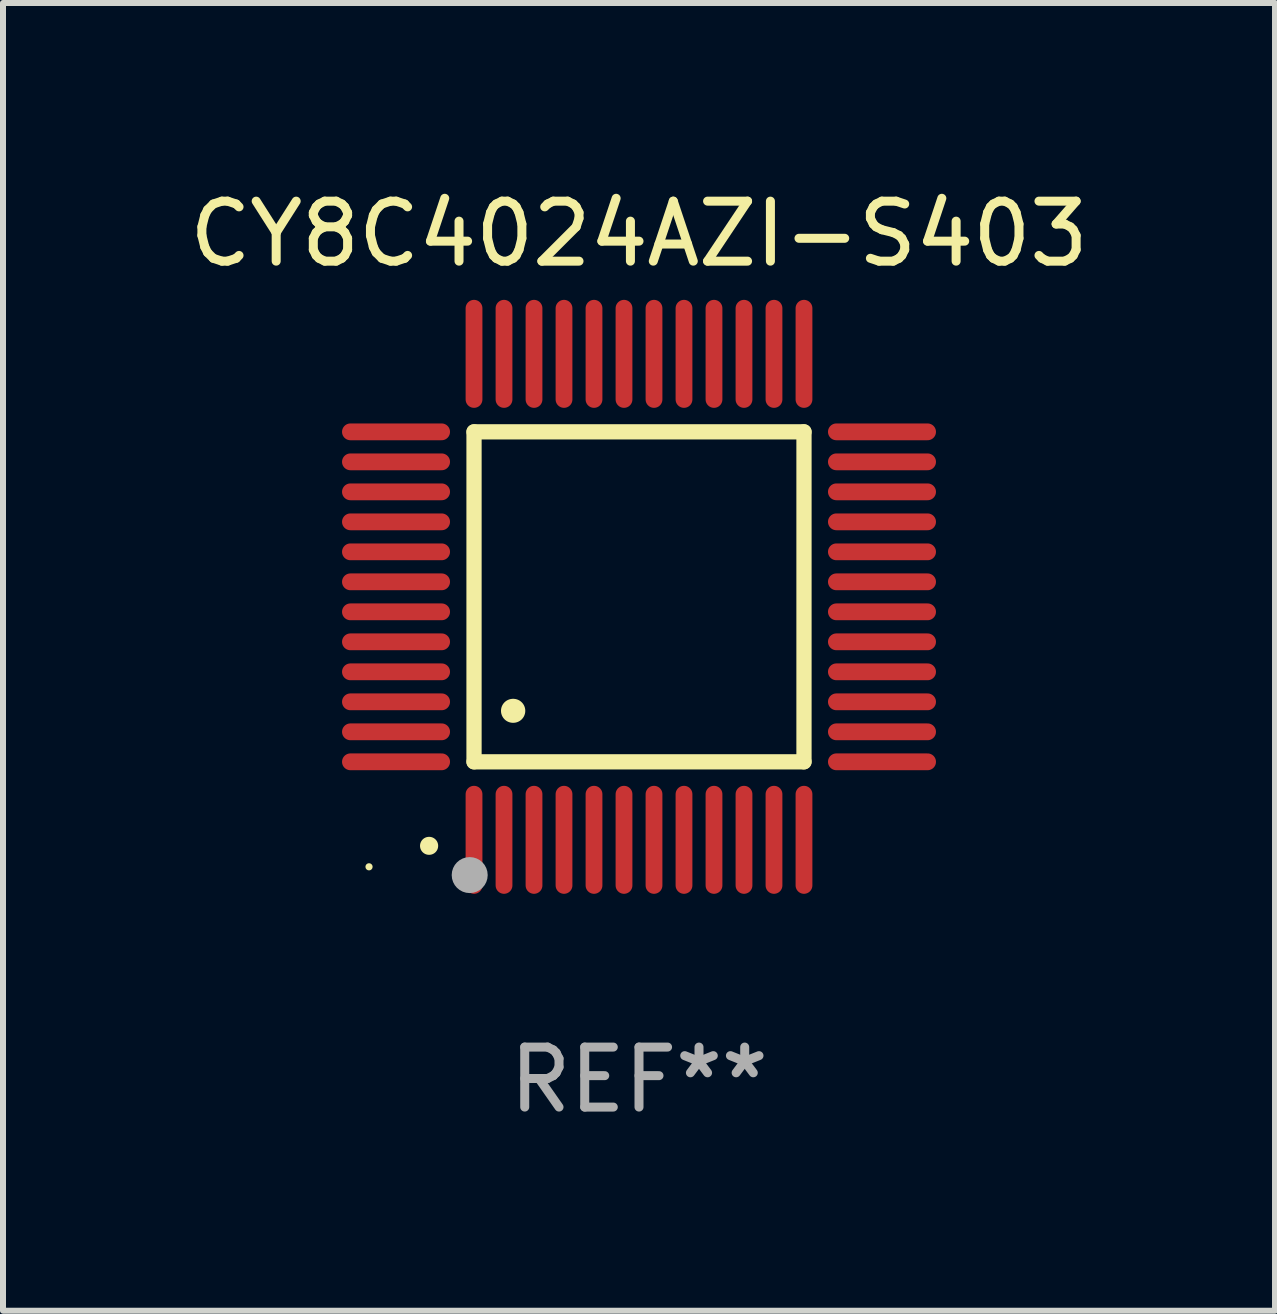
<source format=kicad_pcb>
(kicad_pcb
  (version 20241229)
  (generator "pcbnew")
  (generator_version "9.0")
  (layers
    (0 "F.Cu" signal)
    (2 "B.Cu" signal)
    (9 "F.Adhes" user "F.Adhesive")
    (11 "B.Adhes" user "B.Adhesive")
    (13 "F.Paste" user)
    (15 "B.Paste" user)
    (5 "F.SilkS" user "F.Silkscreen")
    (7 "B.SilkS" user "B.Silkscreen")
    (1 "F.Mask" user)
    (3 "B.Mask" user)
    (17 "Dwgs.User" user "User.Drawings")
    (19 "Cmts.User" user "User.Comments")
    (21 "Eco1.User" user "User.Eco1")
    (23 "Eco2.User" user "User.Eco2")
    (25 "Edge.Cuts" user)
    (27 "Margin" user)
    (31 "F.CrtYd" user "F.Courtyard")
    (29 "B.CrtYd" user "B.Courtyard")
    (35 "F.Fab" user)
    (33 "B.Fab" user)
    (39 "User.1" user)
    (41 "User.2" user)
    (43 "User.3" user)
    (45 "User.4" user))
  (footprint "CY8C4024AZI-S403"
    (layer "F.Cu")
    (at 7.601 6.898)
    (property "Reference" "CY8C4024AZI-S403" (at 0 -6.05 0) (layer "F.SilkS") (effects (font (size 1 1) (thickness 0.15))))
    (attr through_hole)
    (fp_line (start -2.75 -2.75) (end 2.75 -2.75) (stroke (width 0.254) (type solid)) (layer "F.SilkS"))
    (fp_line (start -2.75 2.75) (end -2.75 -2.75) (stroke (width 0.254) (type solid)) (layer "F.SilkS"))
    (fp_line (start 2.75 -2.75) (end 2.75 2.75) (stroke (width 0.254) (type solid)) (layer "F.SilkS"))
    (fp_line (start 2.75 2.75) (end -2.75 2.75) (stroke (width 0.254) (type solid)) (layer "F.SilkS"))
    (fp_arc (start -3.500127 4.150368) (mid -3.498857 4.150363) (end -3.497587 4.150368) (stroke (width 0.3) (type solid)) (layer "F.SilkS"))
    (fp_arc (start -2.100584 1.899924) (mid -2.098044 1.899908) (end -2.095504 1.899924) (stroke (width 0.4) (type solid)) (layer "F.SilkS"))
    (fp_circle (center -4.5 4.5) (end -4.47 4.5) (stroke (width 0.06) (type solid)) (fill no) (layer "F.SilkS"))
    (fp_circle (center -2.822 4.638) (end -2.672 4.638) (stroke (width 0.3) (type solid)) (fill no) (layer "F.Fab"))
    (fp_text user "REF**" (at 0 8.05 0) (layer "F.Fab") (effects (font (size 1 1) (thickness 0.15))))
    (pad "1" smd oval (at -2.75 4.05) (size 0.28 1.8) (layers "F.Cu" "F.Mask" "F.Paste"))
    (pad "2" smd oval (at -2.25 4.05) (size 0.28 1.8) (layers "F.Cu" "F.Mask" "F.Paste"))
    (pad "3" smd oval (at -1.75 4.05) (size 0.28 1.8) (layers "F.Cu" "F.Mask" "F.Paste"))
    (pad "4" smd oval (at -1.25 4.05) (size 0.28 1.8) (layers "F.Cu" "F.Mask" "F.Paste"))
    (pad "5" smd oval (at -0.75 4.05) (size 0.28 1.8) (layers "F.Cu" "F.Mask" "F.Paste"))
    (pad "6" smd oval (at -0.25 4.05) (size 0.28 1.8) (layers "F.Cu" "F.Mask" "F.Paste"))
    (pad "7" smd oval (at 0.25 4.05) (size 0.28 1.8) (layers "F.Cu" "F.Mask" "F.Paste"))
    (pad "8" smd oval (at 0.75 4.05) (size 0.28 1.8) (layers "F.Cu" "F.Mask" "F.Paste"))
    (pad "9" smd oval (at 1.25 4.05) (size 0.28 1.8) (layers "F.Cu" "F.Mask" "F.Paste"))
    (pad "10" smd oval (at 1.75 4.05) (size 0.28 1.8) (layers "F.Cu" "F.Mask" "F.Paste"))
    (pad "11" smd oval (at 2.25 4.05) (size 0.28 1.8) (layers "F.Cu" "F.Mask" "F.Paste"))
    (pad "12" smd oval (at 2.75 4.05) (size 0.28 1.8) (layers "F.Cu" "F.Mask" "F.Paste"))
    (pad "13" smd oval (at 4.05 2.75) (size 1.8 0.28) (layers "F.Cu" "F.Mask" "F.Paste"))
    (pad "14" smd oval (at 4.05 2.25) (size 1.8 0.28) (layers "F.Cu" "F.Mask" "F.Paste"))
    (pad "15" smd oval (at 4.05 1.75) (size 1.8 0.28) (layers "F.Cu" "F.Mask" "F.Paste"))
    (pad "16" smd oval (at 4.05 1.25) (size 1.8 0.28) (layers "F.Cu" "F.Mask" "F.Paste"))
    (pad "17" smd oval (at 4.05 0.75) (size 1.8 0.28) (layers "F.Cu" "F.Mask" "F.Paste"))
    (pad "18" smd oval (at 4.05 0.25) (size 1.8 0.28) (layers "F.Cu" "F.Mask" "F.Paste"))
    (pad "19" smd oval (at 4.05 -0.25) (size 1.8 0.28) (layers "F.Cu" "F.Mask" "F.Paste"))
    (pad "20" smd oval (at 4.05 -0.75) (size 1.8 0.28) (layers "F.Cu" "F.Mask" "F.Paste"))
    (pad "21" smd oval (at 4.05 -1.25) (size 1.8 0.28) (layers "F.Cu" "F.Mask" "F.Paste"))
    (pad "22" smd oval (at 4.05 -1.75) (size 1.8 0.28) (layers "F.Cu" "F.Mask" "F.Paste"))
    (pad "23" smd oval (at 4.05 -2.25) (size 1.8 0.28) (layers "F.Cu" "F.Mask" "F.Paste"))
    (pad "24" smd oval (at 4.05 -2.75) (size 1.8 0.28) (layers "F.Cu" "F.Mask" "F.Paste"))
    (pad "25" smd oval (at 2.75 -4.05) (size 0.28 1.8) (layers "F.Cu" "F.Mask" "F.Paste"))
    (pad "26" smd oval (at 2.25 -4.05) (size 0.28 1.8) (layers "F.Cu" "F.Mask" "F.Paste"))
    (pad "27" smd oval (at 1.75 -4.05) (size 0.28 1.8) (layers "F.Cu" "F.Mask" "F.Paste"))
    (pad "28" smd oval (at 1.25 -4.05) (size 0.28 1.8) (layers "F.Cu" "F.Mask" "F.Paste"))
    (pad "29" smd oval (at 0.75 -4.05) (size 0.28 1.8) (layers "F.Cu" "F.Mask" "F.Paste"))
    (pad "30" smd oval (at 0.25 -4.05) (size 0.28 1.8) (layers "F.Cu" "F.Mask" "F.Paste"))
    (pad "31" smd oval (at -0.25 -4.05) (size 0.28 1.8) (layers "F.Cu" "F.Mask" "F.Paste"))
    (pad "32" smd oval (at -0.75 -4.05) (size 0.28 1.8) (layers "F.Cu" "F.Mask" "F.Paste"))
    (pad "33" smd oval (at -1.25 -4.05) (size 0.28 1.8) (layers "F.Cu" "F.Mask" "F.Paste"))
    (pad "34" smd oval (at -1.75 -4.05) (size 0.28 1.8) (layers "F.Cu" "F.Mask" "F.Paste"))
    (pad "35" smd oval (at -2.25 -4.05) (size 0.28 1.8) (layers "F.Cu" "F.Mask" "F.Paste"))
    (pad "36" smd oval (at -2.75 -4.05) (size 0.28 1.8) (layers "F.Cu" "F.Mask" "F.Paste"))
    (pad "37" smd oval (at -4.05 -2.75) (size 1.8 0.28) (layers "F.Cu" "F.Mask" "F.Paste"))
    (pad "38" smd oval (at -4.05 -2.25) (size 1.8 0.28) (layers "F.Cu" "F.Mask" "F.Paste"))
    (pad "39" smd oval (at -4.05 -1.75) (size 1.8 0.28) (layers "F.Cu" "F.Mask" "F.Paste"))
    (pad "40" smd oval (at -4.05 -1.25) (size 1.8 0.28) (layers "F.Cu" "F.Mask" "F.Paste"))
    (pad "41" smd oval (at -4.05 -0.75) (size 1.8 0.28) (layers "F.Cu" "F.Mask" "F.Paste"))
    (pad "42" smd oval (at -4.05 -0.25) (size 1.8 0.28) (layers "F.Cu" "F.Mask" "F.Paste"))
    (pad "43" smd oval (at -4.05 0.25) (size 1.8 0.28) (layers "F.Cu" "F.Mask" "F.Paste"))
    (pad "44" smd oval (at -4.05 0.75) (size 1.8 0.28) (layers "F.Cu" "F.Mask" "F.Paste"))
    (pad "45" smd oval (at -4.05 1.25) (size 1.8 0.28) (layers "F.Cu" "F.Mask" "F.Paste"))
    (pad "46" smd oval (at -4.05 1.75) (size 1.8 0.28) (layers "F.Cu" "F.Mask" "F.Paste"))
    (pad "47" smd oval (at -4.05 2.25) (size 1.8 0.28) (layers "F.Cu" "F.Mask" "F.Paste"))
    (pad "48" smd oval (at -4.05 2.75) (size 1.8 0.28) (layers "F.Cu" "F.Mask" "F.Paste")))
  (gr_rect
    (start -3 -3)
    (end 18.202 18.797)
    (stroke (width 0.1) (type default))
    (fill no)
    (layer "Edge.Cuts")))
</source>
